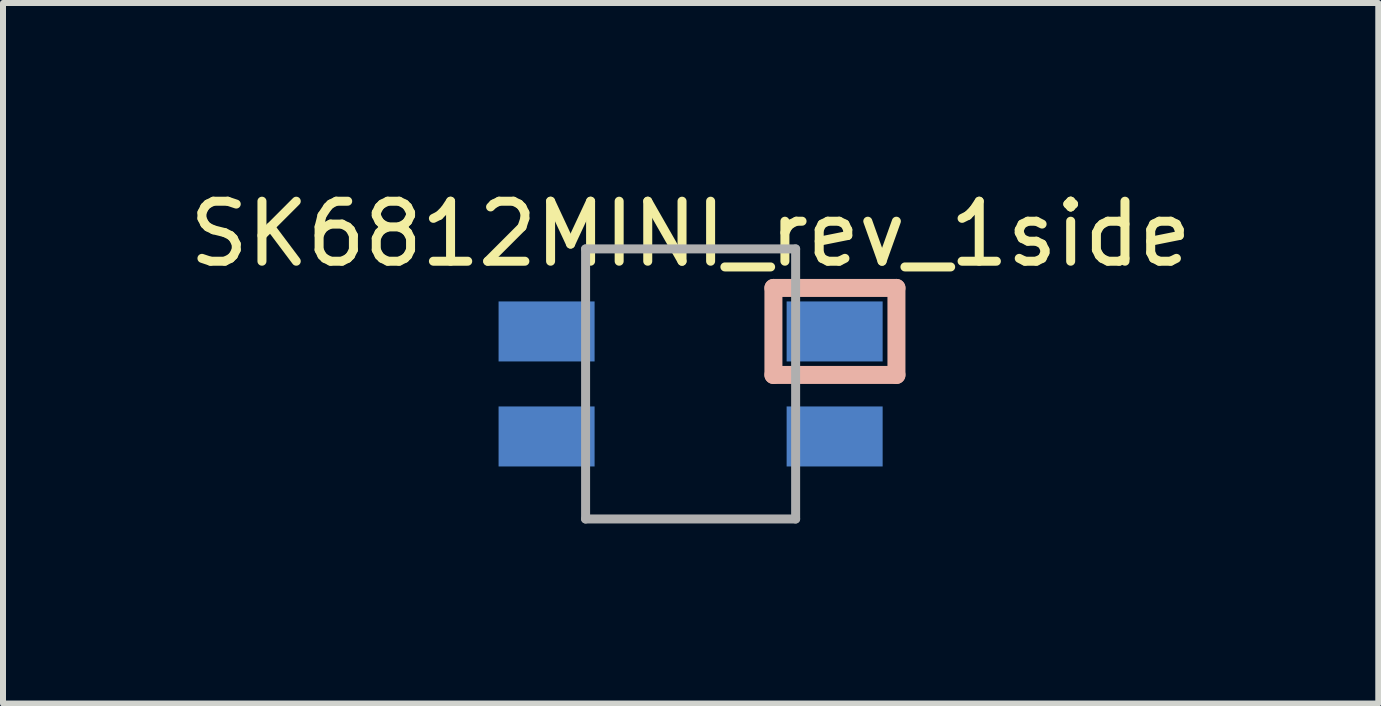
<source format=kicad_pcb>
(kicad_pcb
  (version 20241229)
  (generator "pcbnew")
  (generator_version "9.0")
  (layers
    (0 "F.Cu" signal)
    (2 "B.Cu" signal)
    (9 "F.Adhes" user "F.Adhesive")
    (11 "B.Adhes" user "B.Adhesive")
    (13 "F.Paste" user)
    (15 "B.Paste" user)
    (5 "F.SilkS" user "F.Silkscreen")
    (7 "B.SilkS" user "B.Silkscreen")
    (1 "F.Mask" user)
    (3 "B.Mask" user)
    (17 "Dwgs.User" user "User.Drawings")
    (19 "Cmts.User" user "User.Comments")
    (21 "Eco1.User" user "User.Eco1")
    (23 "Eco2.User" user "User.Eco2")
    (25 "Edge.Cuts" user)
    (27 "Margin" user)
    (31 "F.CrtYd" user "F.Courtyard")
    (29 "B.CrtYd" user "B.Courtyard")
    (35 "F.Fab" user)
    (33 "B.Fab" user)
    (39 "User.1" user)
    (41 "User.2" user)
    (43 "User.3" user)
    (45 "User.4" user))
  (footprint "SK6812MINI_rev_1side"
    (layer "F.Cu")
    (at 8.458 3.348)
    (property "Reference" "SK6812MINI_rev_1side" (at 0 -2.5 0) (layer "F.SilkS") (effects (font (size 1 1) (thickness 0.15))))
    (attr through_hole)
    (fp_line (start 1.38 -1.6) (end 3.43 -1.6) (stroke (width 0.3) (type solid)) (layer "B.SilkS"))
    (fp_line (start 1.38 -0.15) (end 1.38 -1.6) (stroke (width 0.3) (type solid)) (layer "B.SilkS"))
    (fp_line (start 3.43 -1.6) (end 3.43 -0.15) (stroke (width 0.3) (type solid)) (layer "B.SilkS"))
    (fp_line (start 3.43 -0.15) (end 1.38 -0.15) (stroke (width 0.3) (type solid)) (layer "B.SilkS"))
    (fp_line (start -1.75 -2.25) (end -1.75 2.25) (stroke (width 0.15) (type solid)) (layer "F.Fab"))
    (fp_line (start -1.75 -2.25) (end 1.75 -2.25) (stroke (width 0.15) (type solid)) (layer "F.Fab"))
    (fp_line (start 1.75 -2.25) (end 1.75 2.25) (stroke (width 0.15) (type solid)) (layer "F.Fab"))
    (fp_line (start 1.75 2.25) (end -1.75 2.25) (stroke (width 0.15) (type solid)) (layer "F.Fab"))
    (pad "1" smd rect (at -2.4 -0.875) (size 1.6 1) (layers "B.Cu" "B.Mask" "B.Paste"))
    (pad "2" smd rect (at -2.4 0.875) (size 1.6 1) (layers "B.Cu" "B.Mask" "B.Paste"))
    (pad "3" smd rect (at 2.4 0.875) (size 1.6 1) (layers "B.Cu" "B.Mask" "B.Paste"))
    (pad "4" smd rect (at 2.4 -0.875) (size 1.6 1) (layers "B.Cu" "B.Mask" "B.Paste")))
  (gr_rect
    (start -3 -3)
    (end 19.917 8.673)
    (stroke (width 0.1) (type default))
    (fill no)
    (layer "Edge.Cuts")))
</source>
